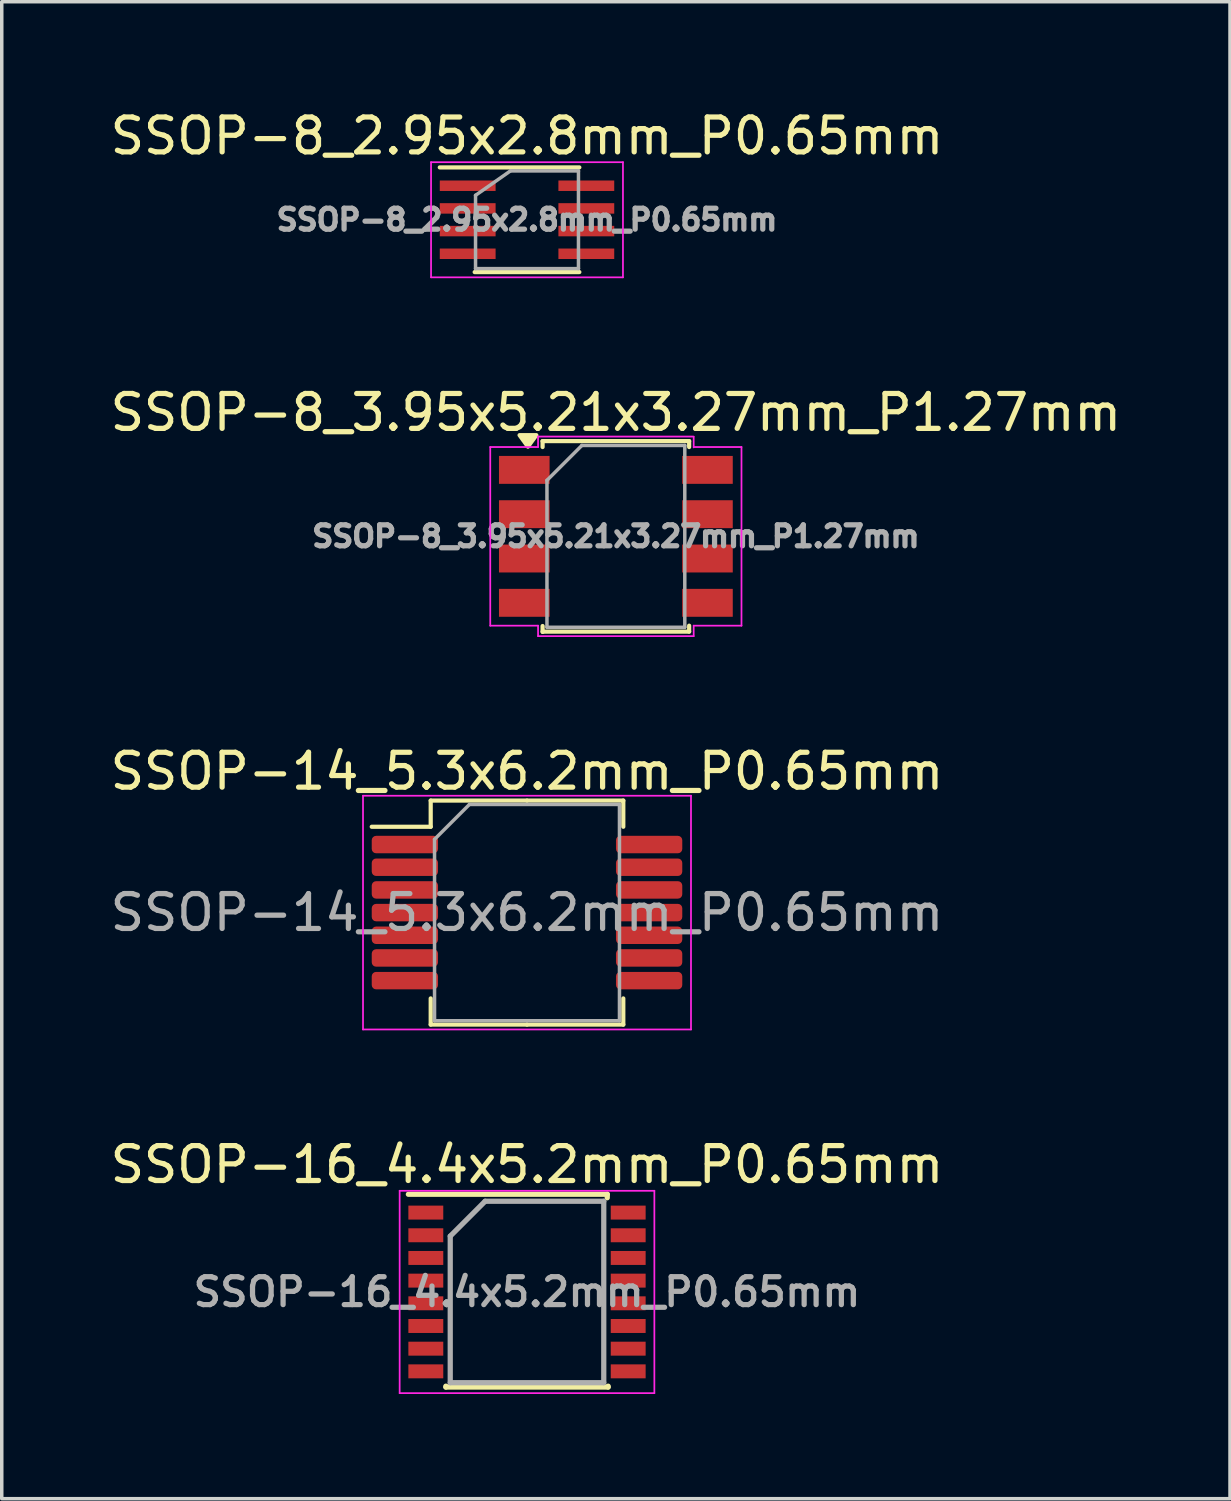
<source format=kicad_pcb>
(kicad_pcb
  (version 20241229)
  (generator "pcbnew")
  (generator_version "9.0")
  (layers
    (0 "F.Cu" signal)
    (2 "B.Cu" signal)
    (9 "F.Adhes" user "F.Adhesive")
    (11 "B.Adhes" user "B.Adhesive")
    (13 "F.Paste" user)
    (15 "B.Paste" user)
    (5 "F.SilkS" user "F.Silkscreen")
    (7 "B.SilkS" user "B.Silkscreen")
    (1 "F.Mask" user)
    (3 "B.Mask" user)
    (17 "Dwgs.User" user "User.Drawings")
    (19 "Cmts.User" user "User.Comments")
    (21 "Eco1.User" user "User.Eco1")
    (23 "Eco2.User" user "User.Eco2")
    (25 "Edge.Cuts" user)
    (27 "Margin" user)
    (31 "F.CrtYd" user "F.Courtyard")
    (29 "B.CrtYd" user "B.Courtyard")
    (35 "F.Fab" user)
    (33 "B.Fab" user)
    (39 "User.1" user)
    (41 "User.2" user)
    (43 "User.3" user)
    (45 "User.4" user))
  (footprint "SSOP-8_2.95x2.8mm_P0.65mm"
    (layer "F.Cu")
    (at 12.054 3.248)
    (property "Reference" "SSOP-8_2.95x2.8mm_P0.65mm" (at 0 -2.4 0) (layer "F.SilkS") (effects (font (size 1 1) (thickness 0.15))))
    (attr smd)
    (fp_line (start 1.5 -1.5) (end -2.5 -1.5) (stroke (width 0.12) (type solid)) (layer "F.SilkS"))
    (fp_line (start 1.5 1.5) (end -1.5 1.5) (stroke (width 0.12) (type solid)) (layer "F.SilkS"))
    (fp_line (start -2.75 -1.65) (end 2.75 -1.65) (stroke (width 0.05) (type solid)) (layer "F.CrtYd"))
    (fp_line (start -2.75 1.65) (end -2.75 -1.65) (stroke (width 0.05) (type solid)) (layer "F.CrtYd"))
    (fp_line (start 2.75 -1.65) (end 2.75 1.65) (stroke (width 0.05) (type solid)) (layer "F.CrtYd"))
    (fp_line (start 2.75 1.65) (end -2.75 1.65) (stroke (width 0.05) (type solid)) (layer "F.CrtYd"))
    (fp_line (start -1.475 1.4) (end -1.475 -0.7) (stroke (width 0.1) (type solid)) (layer "F.Fab"))
    (fp_line (start -0.475 -1.4) (end -1.475 -0.7) (stroke (width 0.1) (type solid)) (layer "F.Fab"))
    (fp_line (start -0.475 -1.4) (end 1.475 -1.4) (stroke (width 0.1) (type solid)) (layer "F.Fab"))
    (fp_line (start 1.475 -1.4) (end 1.475 1.4) (stroke (width 0.1) (type solid)) (layer "F.Fab"))
    (fp_line (start 1.475 1.4) (end -1.475 1.4) (stroke (width 0.1) (type solid)) (layer "F.Fab"))
    (fp_text user "${REFERENCE}" (at 0 0 0) (layer "F.Fab") (effects (font (size 0.6 0.6) (thickness 0.15))))
    (pad "1" smd rect (at -1.7 -0.975 270) (size 0.3 1.6) (layers "F.Cu" "F.Mask" "F.Paste"))
    (pad "2" smd rect (at -1.7 -0.325 270) (size 0.3 1.6) (layers "F.Cu" "F.Mask" "F.Paste"))
    (pad "3" smd rect (at -1.7 0.325 270) (size 0.3 1.6) (layers "F.Cu" "F.Mask" "F.Paste"))
    (pad "4" smd rect (at -1.7 0.975 270) (size 0.3 1.6) (layers "F.Cu" "F.Mask" "F.Paste"))
    (pad "5" smd rect (at 1.7 0.975 270) (size 0.3 1.6) (layers "F.Cu" "F.Mask" "F.Paste"))
    (pad "6" smd rect (at 1.7 0.325 270) (size 0.3 1.6) (layers "F.Cu" "F.Mask" "F.Paste"))
    (pad "7" smd rect (at 1.7 -0.325 270) (size 0.3 1.6) (layers "F.Cu" "F.Mask" "F.Paste"))
    (pad "8" smd rect (at 1.7 -0.975 270) (size 0.3 1.6) (layers "F.Cu" "F.Mask" "F.Paste")))
  (footprint "SSOP-8_3.95x5.21x3.27mm_P1.27mm"
    (layer "F.Cu")
    (at 14.601 12.322)
    (property "Reference" "SSOP-8_3.95x5.21x3.27mm_P1.27mm" (at 0 -3.55 0) (layer "F.SilkS") (effects (font (size 1 1) (thickness 0.15))))
    (attr smd)
    (fp_line (start -2.1 -2.73) (end -2.1 -2.56) (stroke (width 0.12) (type solid)) (layer "F.SilkS"))
    (fp_line (start -2.1 2.57) (end -2.1 2.74) (stroke (width 0.12) (type solid)) (layer "F.SilkS"))
    (fp_line (start 2.1 -2.73) (end -2.1 -2.73) (stroke (width 0.12) (type solid)) (layer "F.SilkS"))
    (fp_line (start 2.1 -2.73) (end 2.1 -2.56) (stroke (width 0.12) (type solid)) (layer "F.SilkS"))
    (fp_line (start 2.1 2.56) (end 2.1 2.73) (stroke (width 0.12) (type solid)) (layer "F.SilkS"))
    (fp_line (start 2.1 2.73) (end -2.1 2.73) (stroke (width 0.12) (type solid)) (layer "F.SilkS"))
    (fp_poly (pts (xy -2.52 -2.57) (xy -2.76 -2.9) (xy -2.28 -2.9) (xy -2.52 -2.57)) (stroke (width 0.12) (type solid)) (fill yes) (layer "F.SilkS"))
    (fp_line (start -3.6 -2.56) (end -2.23 -2.56) (stroke (width 0.05) (type solid)) (layer "F.CrtYd"))
    (fp_line (start -3.6 2.56) (end -3.6 -2.56) (stroke (width 0.05) (type solid)) (layer "F.CrtYd"))
    (fp_line (start -3.6 2.56) (end -2.23 2.56) (stroke (width 0.05) (type solid)) (layer "F.CrtYd"))
    (fp_line (start -2.23 -2.86) (end 2.23 -2.86) (stroke (width 0.05) (type solid)) (layer "F.CrtYd"))
    (fp_line (start -2.23 -2.56) (end -2.23 -2.86) (stroke (width 0.05) (type solid)) (layer "F.CrtYd"))
    (fp_line (start -2.23 2.86) (end -2.23 2.56) (stroke (width 0.05) (type solid)) (layer "F.CrtYd"))
    (fp_line (start 2.23 -2.56) (end 3.6 -2.56) (stroke (width 0.05) (type solid)) (layer "F.CrtYd"))
    (fp_line (start 2.23 -2.55) (end 2.23 -2.85) (stroke (width 0.05) (type solid)) (layer "F.CrtYd"))
    (fp_line (start 2.23 2.56) (end 3.6 2.56) (stroke (width 0.05) (type solid)) (layer "F.CrtYd"))
    (fp_line (start 2.23 2.86) (end -2.23 2.86) (stroke (width 0.05) (type solid)) (layer "F.CrtYd"))
    (fp_line (start 2.23 2.86) (end 2.23 2.56) (stroke (width 0.05) (type solid)) (layer "F.CrtYd"))
    (fp_line (start 3.6 2.56) (end 3.6 -2.56) (stroke (width 0.05) (type solid)) (layer "F.CrtYd"))
    (fp_line (start -1.975 2.605) (end -1.975 -1.605) (stroke (width 0.1) (type solid)) (layer "F.Fab"))
    (fp_line (start -0.975 -2.605) (end -1.975 -1.605) (stroke (width 0.1) (type solid)) (layer "F.Fab"))
    (fp_line (start -0.975 -2.605) (end 1.975 -2.605) (stroke (width 0.1) (type solid)) (layer "F.Fab"))
    (fp_line (start 1.975 -2.605) (end 1.975 2.605) (stroke (width 0.1) (type solid)) (layer "F.Fab"))
    (fp_line (start 1.975 2.605) (end -1.975 2.605) (stroke (width 0.1) (type solid)) (layer "F.Fab"))
    (fp_text user "${REFERENCE}" (at 0 0 0) (layer "F.Fab") (effects (font (size 0.6 0.6) (thickness 0.15))))
    (pad "1" smd rect (at -2.625 -1.905) (size 1.45 0.8) (layers "F.Cu" "F.Mask" "F.Paste"))
    (pad "2" smd rect (at -2.625 -0.635) (size 1.45 0.8) (layers "F.Cu" "F.Mask" "F.Paste"))
    (pad "3" smd rect (at -2.625 0.635) (size 1.45 0.8) (layers "F.Cu" "F.Mask" "F.Paste"))
    (pad "4" smd rect (at -2.625 1.905) (size 1.45 0.8) (layers "F.Cu" "F.Mask" "F.Paste"))
    (pad "5" smd rect (at 2.625 1.905) (size 1.45 0.8) (layers "F.Cu" "F.Mask" "F.Paste"))
    (pad "6" smd rect (at 2.625 0.635) (size 1.45 0.8) (layers "F.Cu" "F.Mask" "F.Paste"))
    (pad "7" smd rect (at 2.625 -0.635) (size 1.45 0.8) (layers "F.Cu" "F.Mask" "F.Paste"))
    (pad "8" smd rect (at 2.625 -1.905) (size 1.45 0.8) (layers "F.Cu" "F.Mask" "F.Paste")))
  (footprint "SSOP-14_5.3x6.2mm_P0.65mm"
    (layer "F.Cu")
    (at 12.054 23.105)
    (property "Reference" "SSOP-14_5.3x6.2mm_P0.65mm" (at 0 -4.05 0) (layer "F.SilkS") (effects (font (size 1 1) (thickness 0.15))))
    (attr smd)
    (fp_line (start -2.76 -3.21) (end -2.76 -2.46) (stroke (width 0.12) (type solid)) (layer "F.SilkS"))
    (fp_line (start -2.76 -2.46) (end -4.45 -2.46) (stroke (width 0.12) (type solid)) (layer "F.SilkS"))
    (fp_line (start -2.76 3.21) (end -2.76 2.46) (stroke (width 0.12) (type solid)) (layer "F.SilkS"))
    (fp_line (start 0 -3.21) (end -2.76 -3.21) (stroke (width 0.12) (type solid)) (layer "F.SilkS"))
    (fp_line (start 0 -3.21) (end 2.76 -3.21) (stroke (width 0.12) (type solid)) (layer "F.SilkS"))
    (fp_line (start 0 3.21) (end -2.76 3.21) (stroke (width 0.12) (type solid)) (layer "F.SilkS"))
    (fp_line (start 0 3.21) (end 2.76 3.21) (stroke (width 0.12) (type solid)) (layer "F.SilkS"))
    (fp_line (start 2.76 -3.21) (end 2.76 -2.46) (stroke (width 0.12) (type solid)) (layer "F.SilkS"))
    (fp_line (start 2.76 3.21) (end 2.76 2.46) (stroke (width 0.12) (type solid)) (layer "F.SilkS"))
    (fp_line (start -4.7 -3.35) (end -4.7 3.35) (stroke (width 0.05) (type solid)) (layer "F.CrtYd"))
    (fp_line (start -4.7 3.35) (end 4.7 3.35) (stroke (width 0.05) (type solid)) (layer "F.CrtYd"))
    (fp_line (start 4.7 -3.35) (end -4.7 -3.35) (stroke (width 0.05) (type solid)) (layer "F.CrtYd"))
    (fp_line (start 4.7 3.35) (end 4.7 -3.35) (stroke (width 0.05) (type solid)) (layer "F.CrtYd"))
    (fp_line (start -2.65 -2.1) (end -1.65 -3.1) (stroke (width 0.1) (type solid)) (layer "F.Fab"))
    (fp_line (start -2.65 3.1) (end -2.65 -2.1) (stroke (width 0.1) (type solid)) (layer "F.Fab"))
    (fp_line (start -1.65 -3.1) (end 2.65 -3.1) (stroke (width 0.1) (type solid)) (layer "F.Fab"))
    (fp_line (start 2.65 -3.1) (end 2.65 3.1) (stroke (width 0.1) (type solid)) (layer "F.Fab"))
    (fp_line (start 2.65 3.1) (end -2.65 3.1) (stroke (width 0.1) (type solid)) (layer "F.Fab"))
    (fp_text user "${REFERENCE}" (at 0 0 0) (layer "F.Fab") (effects (font (size 1 1) (thickness 0.15))))
    (pad "1" smd roundrect (at -3.5 -1.95) (size 1.9 0.5) (layers "F.Cu" "F.Mask" "F.Paste") (roundrect_rratio 0.25))
    (pad "2" smd roundrect (at -3.5 -1.3) (size 1.9 0.5) (layers "F.Cu" "F.Mask" "F.Paste") (roundrect_rratio 0.25))
    (pad "3" smd roundrect (at -3.5 -0.65) (size 1.9 0.5) (layers "F.Cu" "F.Mask" "F.Paste") (roundrect_rratio 0.25))
    (pad "4" smd roundrect (at -3.5 0) (size 1.9 0.5) (layers "F.Cu" "F.Mask" "F.Paste") (roundrect_rratio 0.25))
    (pad "5" smd roundrect (at -3.5 0.65) (size 1.9 0.5) (layers "F.Cu" "F.Mask" "F.Paste") (roundrect_rratio 0.25))
    (pad "6" smd roundrect (at -3.5 1.3) (size 1.9 0.5) (layers "F.Cu" "F.Mask" "F.Paste") (roundrect_rratio 0.25))
    (pad "7" smd roundrect (at -3.5 1.95) (size 1.9 0.5) (layers "F.Cu" "F.Mask" "F.Paste") (roundrect_rratio 0.25))
    (pad "8" smd roundrect (at 3.5 1.95) (size 1.9 0.5) (layers "F.Cu" "F.Mask" "F.Paste") (roundrect_rratio 0.25))
    (pad "9" smd roundrect (at 3.5 1.3) (size 1.9 0.5) (layers "F.Cu" "F.Mask" "F.Paste") (roundrect_rratio 0.25))
    (pad "10" smd roundrect (at 3.5 0.65) (size 1.9 0.5) (layers "F.Cu" "F.Mask" "F.Paste") (roundrect_rratio 0.25))
    (pad "11" smd roundrect (at 3.5 0) (size 1.9 0.5) (layers "F.Cu" "F.Mask" "F.Paste") (roundrect_rratio 0.25))
    (pad "12" smd roundrect (at 3.5 -0.65) (size 1.9 0.5) (layers "F.Cu" "F.Mask" "F.Paste") (roundrect_rratio 0.25))
    (pad "13" smd roundrect (at 3.5 -1.3) (size 1.9 0.5) (layers "F.Cu" "F.Mask" "F.Paste") (roundrect_rratio 0.25))
    (pad "14" smd roundrect (at 3.5 -1.95) (size 1.9 0.5) (layers "F.Cu" "F.Mask" "F.Paste") (roundrect_rratio 0.25)))
  (footprint "SSOP-16_4.4x5.2mm_P0.65mm"
    (layer "F.Cu")
    (at 12.054 33.978)
    (property "Reference" "SSOP-16_4.4x5.2mm_P0.65mm" (at 0 -3.65 0) (layer "F.SilkS") (effects (font (size 1 1) (thickness 0.15))))
    (attr smd)
    (fp_line (start -3.4 -2.8) (end 2.3 -2.8) (stroke (width 0.15) (type solid)) (layer "F.SilkS"))
    (fp_line (start -2.325 2.725) (end -2.325 2.7) (stroke (width 0.15) (type solid)) (layer "F.SilkS"))
    (fp_line (start -2.325 2.725) (end 2.325 2.725) (stroke (width 0.15) (type solid)) (layer "F.SilkS"))
    (fp_line (start 2.3 -2.8) (end 2.3 -2.7) (stroke (width 0.15) (type solid)) (layer "F.SilkS"))
    (fp_line (start 2.325 2.725) (end 2.325 2.7) (stroke (width 0.15) (type solid)) (layer "F.SilkS"))
    (fp_line (start -3.65 -2.9) (end -3.65 2.9) (stroke (width 0.05) (type solid)) (layer "F.CrtYd"))
    (fp_line (start -3.65 -2.9) (end 3.65 -2.9) (stroke (width 0.05) (type solid)) (layer "F.CrtYd"))
    (fp_line (start -3.65 2.9) (end 3.65 2.9) (stroke (width 0.05) (type solid)) (layer "F.CrtYd"))
    (fp_line (start 3.65 -2.9) (end 3.65 2.9) (stroke (width 0.05) (type solid)) (layer "F.CrtYd"))
    (fp_line (start -2.2 -1.6) (end -1.2 -2.6) (stroke (width 0.15) (type solid)) (layer "F.Fab"))
    (fp_line (start -2.2 2.6) (end -2.2 -1.6) (stroke (width 0.15) (type solid)) (layer "F.Fab"))
    (fp_line (start -1.2 -2.6) (end 2.2 -2.6) (stroke (width 0.15) (type solid)) (layer "F.Fab"))
    (fp_line (start 2.2 -2.6) (end 2.2 2.6) (stroke (width 0.15) (type solid)) (layer "F.Fab"))
    (fp_line (start 2.2 2.6) (end -2.2 2.6) (stroke (width 0.15) (type solid)) (layer "F.Fab"))
    (fp_text user "${REFERENCE}" (at 0 0 0) (layer "F.Fab") (effects (font (size 0.8 0.8) (thickness 0.15))))
    (pad "1" smd rect (at -2.9 -2.275) (size 1 0.4) (layers "F.Cu" "F.Mask" "F.Paste"))
    (pad "2" smd rect (at -2.9 -1.625) (size 1 0.4) (layers "F.Cu" "F.Mask" "F.Paste"))
    (pad "3" smd rect (at -2.9 -0.975) (size 1 0.4) (layers "F.Cu" "F.Mask" "F.Paste"))
    (pad "4" smd rect (at -2.9 -0.325) (size 1 0.4) (layers "F.Cu" "F.Mask" "F.Paste"))
    (pad "5" smd rect (at -2.9 0.325) (size 1 0.4) (layers "F.Cu" "F.Mask" "F.Paste"))
    (pad "6" smd rect (at -2.9 0.975) (size 1 0.4) (layers "F.Cu" "F.Mask" "F.Paste"))
    (pad "7" smd rect (at -2.9 1.625) (size 1 0.4) (layers "F.Cu" "F.Mask" "F.Paste"))
    (pad "8" smd rect (at -2.9 2.275) (size 1 0.4) (layers "F.Cu" "F.Mask" "F.Paste"))
    (pad "9" smd rect (at 2.9 2.275) (size 1 0.4) (layers "F.Cu" "F.Mask" "F.Paste"))
    (pad "10" smd rect (at 2.9 1.625) (size 1 0.4) (layers "F.Cu" "F.Mask" "F.Paste"))
    (pad "11" smd rect (at 2.9 0.975) (size 1 0.4) (layers "F.Cu" "F.Mask" "F.Paste"))
    (pad "12" smd rect (at 2.9 0.325) (size 1 0.4) (layers "F.Cu" "F.Mask" "F.Paste"))
    (pad "13" smd rect (at 2.9 -0.325) (size 1 0.4) (layers "F.Cu" "F.Mask" "F.Paste"))
    (pad "14" smd rect (at 2.9 -0.975) (size 1 0.4) (layers "F.Cu" "F.Mask" "F.Paste"))
    (pad "15" smd rect (at 2.9 -1.625) (size 1 0.4) (layers "F.Cu" "F.Mask" "F.Paste"))
    (pad "16" smd rect (at 2.9 -2.275) (size 1 0.4) (layers "F.Cu" "F.Mask" "F.Paste")))
  (gr_rect
    (start -3 -3)
    (end 32.202 39.903)
    (stroke (width 0.1) (type default))
    (fill no)
    (layer "Edge.Cuts")))
</source>
